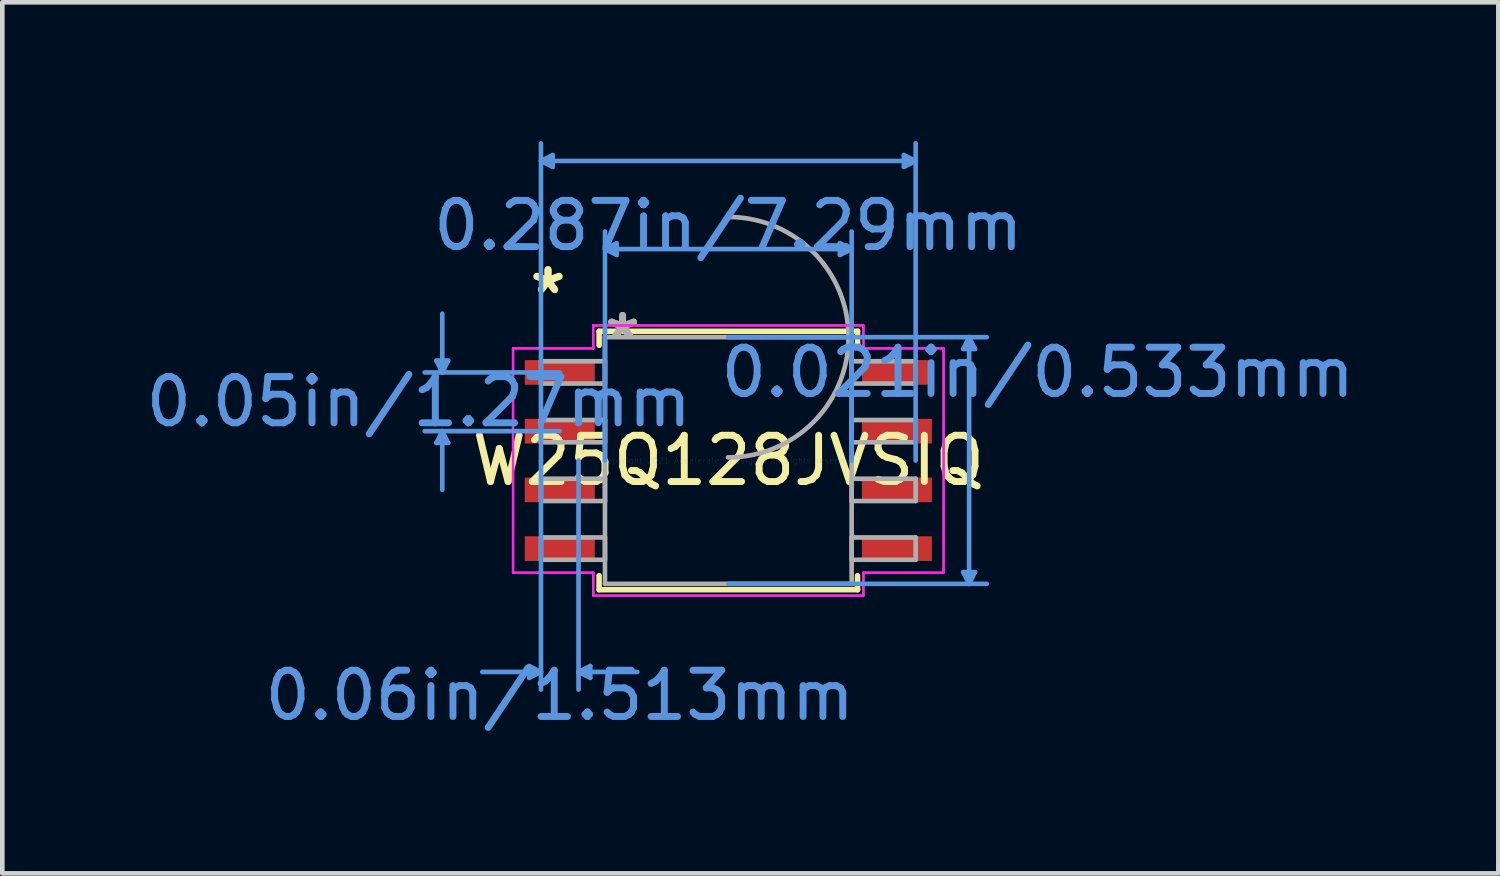
<source format=kicad_pcb>
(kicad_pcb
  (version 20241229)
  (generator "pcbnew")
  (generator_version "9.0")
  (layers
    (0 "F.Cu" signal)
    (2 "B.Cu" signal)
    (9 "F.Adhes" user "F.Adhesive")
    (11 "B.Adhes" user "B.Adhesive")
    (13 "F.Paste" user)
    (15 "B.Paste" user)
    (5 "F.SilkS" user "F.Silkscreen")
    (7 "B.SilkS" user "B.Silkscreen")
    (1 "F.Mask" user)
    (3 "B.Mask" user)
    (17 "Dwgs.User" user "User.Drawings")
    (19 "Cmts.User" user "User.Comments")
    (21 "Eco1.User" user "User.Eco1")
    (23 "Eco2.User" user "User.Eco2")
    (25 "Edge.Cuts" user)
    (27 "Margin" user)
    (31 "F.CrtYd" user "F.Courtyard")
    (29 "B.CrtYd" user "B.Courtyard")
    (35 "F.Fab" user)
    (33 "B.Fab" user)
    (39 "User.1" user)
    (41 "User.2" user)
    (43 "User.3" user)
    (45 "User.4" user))
  (footprint "W25Q128JVSIQ"
    (layer "F.Cu")
    (at 12.699 6.908)
    (property "Reference" "W25Q128JVSIQ" (at 0 0 0) (layer "F.SilkS") (effects (font (size 1 1) (thickness 0.15))))
    (attr through_hole)
    (fp_line (start -2.794 -2.794) (end -2.794 -2.49) (stroke (width 0.12) (type solid)) (layer "F.SilkS"))
    (fp_line (start -2.794 2.49) (end -2.794 2.794) (stroke (width 0.12) (type solid)) (layer "F.SilkS"))
    (fp_line (start -2.794 2.794) (end 2.794 2.794) (stroke (width 0.12) (type solid)) (layer "F.SilkS"))
    (fp_line (start 2.794 -2.794) (end -2.794 -2.794) (stroke (width 0.12) (type solid)) (layer "F.SilkS"))
    (fp_line (start 2.794 -2.49) (end 2.794 -2.794) (stroke (width 0.12) (type solid)) (layer "F.SilkS"))
    (fp_line (start 2.794 2.794) (end 2.794 2.49) (stroke (width 0.12) (type solid)) (layer "F.SilkS"))
    (fp_line (start -6.312 -2.159) (end -6.058 -2.159) (stroke (width 0.1) (type solid)) (layer "Cmts.User"))
    (fp_line (start -6.312 -0.381) (end -6.058 -0.381) (stroke (width 0.1) (type solid)) (layer "Cmts.User"))
    (fp_line (start -6.185 -1.905) (end -6.312 -2.159) (stroke (width 0.1) (type solid)) (layer "Cmts.User"))
    (fp_line (start -6.185 -1.905) (end -6.185 -3.175) (stroke (width 0.1) (type solid)) (layer "Cmts.User"))
    (fp_line (start -6.185 -1.905) (end -6.058 -2.159) (stroke (width 0.1) (type solid)) (layer "Cmts.User"))
    (fp_line (start -6.185 -0.635) (end -6.312 -0.381) (stroke (width 0.1) (type solid)) (layer "Cmts.User"))
    (fp_line (start -6.185 -0.635) (end -6.185 0.635) (stroke (width 0.1) (type solid)) (layer "Cmts.User"))
    (fp_line (start -6.185 -0.635) (end -6.058 -0.381) (stroke (width 0.1) (type solid)) (layer "Cmts.User"))
    (fp_line (start -4.305 4.445) (end -4.305 4.699) (stroke (width 0.1) (type solid)) (layer "Cmts.User"))
    (fp_line (start -4.051 -6.477) (end -3.797 -6.604) (stroke (width 0.1) (type solid)) (layer "Cmts.User"))
    (fp_line (start -4.051 -6.477) (end -3.797 -6.35) (stroke (width 0.1) (type solid)) (layer "Cmts.User"))
    (fp_line (start -4.051 -6.477) (end 4.051 -6.477) (stroke (width 0.1) (type solid)) (layer "Cmts.User"))
    (fp_line (start -4.051 0) (end -4.051 -6.858) (stroke (width 0.1) (type solid)) (layer "Cmts.User"))
    (fp_line (start -4.051 0) (end -4.051 4.953) (stroke (width 0.1) (type solid)) (layer "Cmts.User"))
    (fp_line (start -4.051 4.572) (end -5.321 4.572) (stroke (width 0.1) (type solid)) (layer "Cmts.User"))
    (fp_line (start -4.051 4.572) (end -4.305 4.445) (stroke (width 0.1) (type solid)) (layer "Cmts.User"))
    (fp_line (start -4.051 4.572) (end -4.305 4.699) (stroke (width 0.1) (type solid)) (layer "Cmts.User"))
    (fp_line (start -3.797 -6.604) (end -3.797 -6.35) (stroke (width 0.1) (type solid)) (layer "Cmts.User"))
    (fp_line (start -3.645 -1.905) (end -6.566 -1.905) (stroke (width 0.1) (type solid)) (layer "Cmts.User"))
    (fp_line (start -3.645 -0.635) (end -6.566 -0.635) (stroke (width 0.1) (type solid)) (layer "Cmts.User"))
    (fp_line (start -3.239 0) (end -3.239 4.953) (stroke (width 0.1) (type solid)) (layer "Cmts.User"))
    (fp_line (start -3.239 4.572) (end -2.985 4.445) (stroke (width 0.1) (type solid)) (layer "Cmts.User"))
    (fp_line (start -3.239 4.572) (end -2.985 4.699) (stroke (width 0.1) (type solid)) (layer "Cmts.User"))
    (fp_line (start -3.239 4.572) (end -1.968 4.572) (stroke (width 0.1) (type solid)) (layer "Cmts.User"))
    (fp_line (start -2.985 4.445) (end -2.985 4.699) (stroke (width 0.1) (type solid)) (layer "Cmts.User"))
    (fp_line (start -2.667 -4.572) (end -2.413 -4.699) (stroke (width 0.1) (type solid)) (layer "Cmts.User"))
    (fp_line (start -2.667 -4.572) (end -2.413 -4.445) (stroke (width 0.1) (type solid)) (layer "Cmts.User"))
    (fp_line (start -2.667 -4.572) (end 2.667 -4.572) (stroke (width 0.1) (type solid)) (layer "Cmts.User"))
    (fp_line (start -2.667 0) (end -2.667 -4.953) (stroke (width 0.1) (type solid)) (layer "Cmts.User"))
    (fp_line (start -2.413 -4.699) (end -2.413 -4.445) (stroke (width 0.1) (type solid)) (layer "Cmts.User"))
    (fp_line (start 0 -2.667) (end 5.588 -2.667) (stroke (width 0.1) (type solid)) (layer "Cmts.User"))
    (fp_line (start 0 2.667) (end 5.588 2.667) (stroke (width 0.1) (type solid)) (layer "Cmts.User"))
    (fp_line (start 2.413 -4.699) (end 2.413 -4.445) (stroke (width 0.1) (type solid)) (layer "Cmts.User"))
    (fp_line (start 2.667 -4.572) (end 2.413 -4.699) (stroke (width 0.1) (type solid)) (layer "Cmts.User"))
    (fp_line (start 2.667 -4.572) (end 2.413 -4.445) (stroke (width 0.1) (type solid)) (layer "Cmts.User"))
    (fp_line (start 2.667 0) (end 2.667 -4.953) (stroke (width 0.1) (type solid)) (layer "Cmts.User"))
    (fp_line (start 3.797 -6.604) (end 3.797 -6.35) (stroke (width 0.1) (type solid)) (layer "Cmts.User"))
    (fp_line (start 4.051 -6.477) (end 3.797 -6.604) (stroke (width 0.1) (type solid)) (layer "Cmts.User"))
    (fp_line (start 4.051 -6.477) (end 3.797 -6.35) (stroke (width 0.1) (type solid)) (layer "Cmts.User"))
    (fp_line (start 4.051 0) (end 4.051 -6.858) (stroke (width 0.1) (type solid)) (layer "Cmts.User"))
    (fp_line (start 5.08 -2.413) (end 5.334 -2.413) (stroke (width 0.1) (type solid)) (layer "Cmts.User"))
    (fp_line (start 5.08 2.413) (end 5.334 2.413) (stroke (width 0.1) (type solid)) (layer "Cmts.User"))
    (fp_line (start 5.207 -2.667) (end 5.08 -2.413) (stroke (width 0.1) (type solid)) (layer "Cmts.User"))
    (fp_line (start 5.207 -2.667) (end 5.207 2.667) (stroke (width 0.1) (type solid)) (layer "Cmts.User"))
    (fp_line (start 5.207 -2.667) (end 5.334 -2.413) (stroke (width 0.1) (type solid)) (layer "Cmts.User"))
    (fp_line (start 5.207 2.667) (end 5.08 2.413) (stroke (width 0.1) (type solid)) (layer "Cmts.User"))
    (fp_line (start 5.207 2.667) (end 5.334 2.413) (stroke (width 0.1) (type solid)) (layer "Cmts.User"))
    (fp_line (start -4.655 -2.425) (end -2.921 -2.425) (stroke (width 0.05) (type solid)) (layer "F.CrtYd"))
    (fp_line (start -4.655 -2.425) (end -2.921 -2.425) (stroke (width 0.05) (type solid)) (layer "F.CrtYd"))
    (fp_line (start -4.655 2.425) (end -4.655 -2.425) (stroke (width 0.05) (type solid)) (layer "F.CrtYd"))
    (fp_line (start -4.655 2.425) (end -4.655 -2.425) (stroke (width 0.05) (type solid)) (layer "F.CrtYd"))
    (fp_line (start -4.655 2.425) (end -2.921 2.425) (stroke (width 0.05) (type solid)) (layer "F.CrtYd"))
    (fp_line (start -2.921 -2.921) (end 2.921 -2.921) (stroke (width 0.05) (type solid)) (layer "F.CrtYd"))
    (fp_line (start -2.921 -2.921) (end 2.921 -2.921) (stroke (width 0.05) (type solid)) (layer "F.CrtYd"))
    (fp_line (start -2.921 -2.425) (end -2.921 -2.921) (stroke (width 0.05) (type solid)) (layer "F.CrtYd"))
    (fp_line (start -2.921 -2.425) (end -2.921 -2.921) (stroke (width 0.05) (type solid)) (layer "F.CrtYd"))
    (fp_line (start -2.921 2.425) (end -4.655 2.425) (stroke (width 0.05) (type solid)) (layer "F.CrtYd"))
    (fp_line (start -2.921 2.921) (end -2.921 2.425) (stroke (width 0.05) (type solid)) (layer "F.CrtYd"))
    (fp_line (start -2.921 2.921) (end -2.921 2.425) (stroke (width 0.05) (type solid)) (layer "F.CrtYd"))
    (fp_line (start 2.921 -2.921) (end 2.921 -2.425) (stroke (width 0.05) (type solid)) (layer "F.CrtYd"))
    (fp_line (start 2.921 -2.921) (end 2.921 -2.425) (stroke (width 0.05) (type solid)) (layer "F.CrtYd"))
    (fp_line (start 2.921 -2.425) (end 4.655 -2.425) (stroke (width 0.05) (type solid)) (layer "F.CrtYd"))
    (fp_line (start 2.921 2.425) (end 2.921 2.921) (stroke (width 0.05) (type solid)) (layer "F.CrtYd"))
    (fp_line (start 2.921 2.425) (end 2.921 2.921) (stroke (width 0.05) (type solid)) (layer "F.CrtYd"))
    (fp_line (start 2.921 2.921) (end -2.921 2.921) (stroke (width 0.05) (type solid)) (layer "F.CrtYd"))
    (fp_line (start 2.921 2.921) (end -2.921 2.921) (stroke (width 0.05) (type solid)) (layer "F.CrtYd"))
    (fp_line (start 4.655 -2.425) (end 2.921 -2.425) (stroke (width 0.05) (type solid)) (layer "F.CrtYd"))
    (fp_line (start 4.655 -2.425) (end 4.655 2.425) (stroke (width 0.05) (type solid)) (layer "F.CrtYd"))
    (fp_line (start 4.655 -2.425) (end 4.655 2.425) (stroke (width 0.05) (type solid)) (layer "F.CrtYd"))
    (fp_line (start 4.655 2.425) (end 2.921 2.425) (stroke (width 0.05) (type solid)) (layer "F.CrtYd"))
    (fp_line (start 4.655 2.425) (end 2.921 2.425) (stroke (width 0.05) (type solid)) (layer "F.CrtYd"))
    (fp_line (start -4.051 -2.146) (end -4.051 -1.664) (stroke (width 0.1) (type solid)) (layer "F.Fab"))
    (fp_line (start -4.051 -1.664) (end -2.667 -1.664) (stroke (width 0.1) (type solid)) (layer "F.Fab"))
    (fp_line (start -4.051 -0.876) (end -4.051 -0.394) (stroke (width 0.1) (type solid)) (layer "F.Fab"))
    (fp_line (start -4.051 -0.394) (end -2.667 -0.394) (stroke (width 0.1) (type solid)) (layer "F.Fab"))
    (fp_line (start -4.051 0.394) (end -4.051 0.876) (stroke (width 0.1) (type solid)) (layer "F.Fab"))
    (fp_line (start -4.051 0.876) (end -2.667 0.876) (stroke (width 0.1) (type solid)) (layer "F.Fab"))
    (fp_line (start -4.051 1.664) (end -4.051 2.146) (stroke (width 0.1) (type solid)) (layer "F.Fab"))
    (fp_line (start -4.051 2.146) (end -2.667 2.146) (stroke (width 0.1) (type solid)) (layer "F.Fab"))
    (fp_line (start -2.667 -2.667) (end -2.667 2.667) (stroke (width 0.1) (type solid)) (layer "F.Fab"))
    (fp_line (start -2.667 -2.146) (end -4.051 -2.146) (stroke (width 0.1) (type solid)) (layer "F.Fab"))
    (fp_line (start -2.667 -1.664) (end -2.667 -2.146) (stroke (width 0.1) (type solid)) (layer "F.Fab"))
    (fp_line (start -2.667 -0.876) (end -4.051 -0.876) (stroke (width 0.1) (type solid)) (layer "F.Fab"))
    (fp_line (start -2.667 -0.394) (end -2.667 -0.876) (stroke (width 0.1) (type solid)) (layer "F.Fab"))
    (fp_line (start -2.667 0.394) (end -4.051 0.394) (stroke (width 0.1) (type solid)) (layer "F.Fab"))
    (fp_line (start -2.667 0.876) (end -2.667 0.394) (stroke (width 0.1) (type solid)) (layer "F.Fab"))
    (fp_line (start -2.667 1.664) (end -4.051 1.664) (stroke (width 0.1) (type solid)) (layer "F.Fab"))
    (fp_line (start -2.667 2.146) (end -2.667 1.664) (stroke (width 0.1) (type solid)) (layer "F.Fab"))
    (fp_line (start -2.667 2.667) (end 2.667 2.667) (stroke (width 0.1) (type solid)) (layer "F.Fab"))
    (fp_line (start 2.667 -2.667) (end -2.667 -2.667) (stroke (width 0.1) (type solid)) (layer "F.Fab"))
    (fp_line (start 2.667 -2.146) (end 2.667 -1.664) (stroke (width 0.1) (type solid)) (layer "F.Fab"))
    (fp_line (start 2.667 -1.664) (end 4.051 -1.664) (stroke (width 0.1) (type solid)) (layer "F.Fab"))
    (fp_line (start 2.667 -0.876) (end 2.667 -0.394) (stroke (width 0.1) (type solid)) (layer "F.Fab"))
    (fp_line (start 2.667 -0.394) (end 4.051 -0.394) (stroke (width 0.1) (type solid)) (layer "F.Fab"))
    (fp_line (start 2.667 0.394) (end 2.667 0.876) (stroke (width 0.1) (type solid)) (layer "F.Fab"))
    (fp_line (start 2.667 0.876) (end 4.051 0.876) (stroke (width 0.1) (type solid)) (layer "F.Fab"))
    (fp_line (start 2.667 1.664) (end 2.667 2.146) (stroke (width 0.1) (type solid)) (layer "F.Fab"))
    (fp_line (start 2.667 2.146) (end 4.051 2.146) (stroke (width 0.1) (type solid)) (layer "F.Fab"))
    (fp_line (start 2.667 2.667) (end 2.667 -2.667) (stroke (width 0.1) (type solid)) (layer "F.Fab"))
    (fp_line (start 4.051 -2.146) (end 2.667 -2.146) (stroke (width 0.1) (type solid)) (layer "F.Fab"))
    (fp_line (start 4.051 -1.664) (end 4.051 -2.146) (stroke (width 0.1) (type solid)) (layer "F.Fab"))
    (fp_line (start 4.051 -0.876) (end 2.667 -0.876) (stroke (width 0.1) (type solid)) (layer "F.Fab"))
    (fp_line (start 4.051 -0.394) (end 4.051 -0.876) (stroke (width 0.1) (type solid)) (layer "F.Fab"))
    (fp_line (start 4.051 0.394) (end 2.667 0.394) (stroke (width 0.1) (type solid)) (layer "F.Fab"))
    (fp_line (start 4.051 0.876) (end 4.051 0.394) (stroke (width 0.1) (type solid)) (layer "F.Fab"))
    (fp_line (start 4.051 1.664) (end 2.667 1.664) (stroke (width 0.1) (type solid)) (layer "F.Fab"))
    (fp_line (start 4.051 2.146) (end 4.051 1.664) (stroke (width 0.1) (type solid)) (layer "F.Fab"))
    (fp_arc (start 0.007742 -5.266258) (mid 2.599258 -2.659258) (end -0.007742 -0.067742) (stroke (width 0.1) (type solid)) (layer "F.Fab"))
    (fp_text user "*" (at -3.899 -3.581 0) (layer "F.SilkS") (effects (font (size 1 1) (thickness 0.15))))
    (fp_text user "*" (at -3.899 -3.581 0) (layer "F.SilkS") (effects (font (size 1 1) (thickness 0.15))))
    (fp_text user "0.06in/1.513mm" (at -3.645 5.08 0) (layer "Cmts.User") (effects (font (size 1 1) (thickness 0.15))))
    (fp_text user "Copyright 2021 Accelerated Designs. All rights reserved." (at 0 0 0) (layer "Cmts.User") (effects (font (size 0.127 0.127) (thickness 0.002))))
    (fp_text user "0.05in/1.27mm" (at -6.693 -1.27 0) (layer "Cmts.User") (effects (font (size 1 1) (thickness 0.15))))
    (fp_text user "0.287in/7.29mm" (at 0 -5.08 0) (layer "Cmts.User") (effects (font (size 1 1) (thickness 0.15))))
    (fp_text user "0.021in/0.533mm" (at 6.693 -1.905 0) (layer "Cmts.User") (effects (font (size 1 1) (thickness 0.15))))
    (fp_text user "*" (at -2.286 -2.591 0) (layer "F.Fab") (effects (font (size 1 1) (thickness 0.15))))
    (fp_text user "*" (at -2.286 -2.591 0) (layer "F.Fab") (effects (font (size 1 1) (thickness 0.15))))
    (pad "1" smd rect (at -3.645 -1.905) (size 1.513 0.533) (layers "F.Cu" "F.Mask" "F.Paste"))
    (pad "2" smd rect (at -3.645 -0.635) (size 1.513 0.533) (layers "F.Cu" "F.Mask" "F.Paste"))
    (pad "3" smd rect (at -3.645 0.635) (size 1.513 0.533) (layers "F.Cu" "F.Mask" "F.Paste"))
    (pad "4" smd rect (at -3.645 1.905) (size 1.513 0.533) (layers "F.Cu" "F.Mask" "F.Paste"))
    (pad "5" smd rect (at 3.645 1.905) (size 1.513 0.533) (layers "F.Cu" "F.Mask" "F.Paste"))
    (pad "6" smd rect (at 3.645 0.635) (size 1.513 0.533) (layers "F.Cu" "F.Mask" "F.Paste"))
    (pad "7" smd rect (at 3.645 -0.635) (size 1.513 0.533) (layers "F.Cu" "F.Mask" "F.Paste"))
    (pad "8" smd rect (at 3.645 -1.905) (size 1.513 0.533) (layers "F.Cu" "F.Mask" "F.Paste")))
  (gr_rect
    (start -3 -3)
    (end 29.35 15.836)
    (stroke (width 0.1) (type default))
    (fill no)
    (layer "Edge.Cuts")))
</source>
